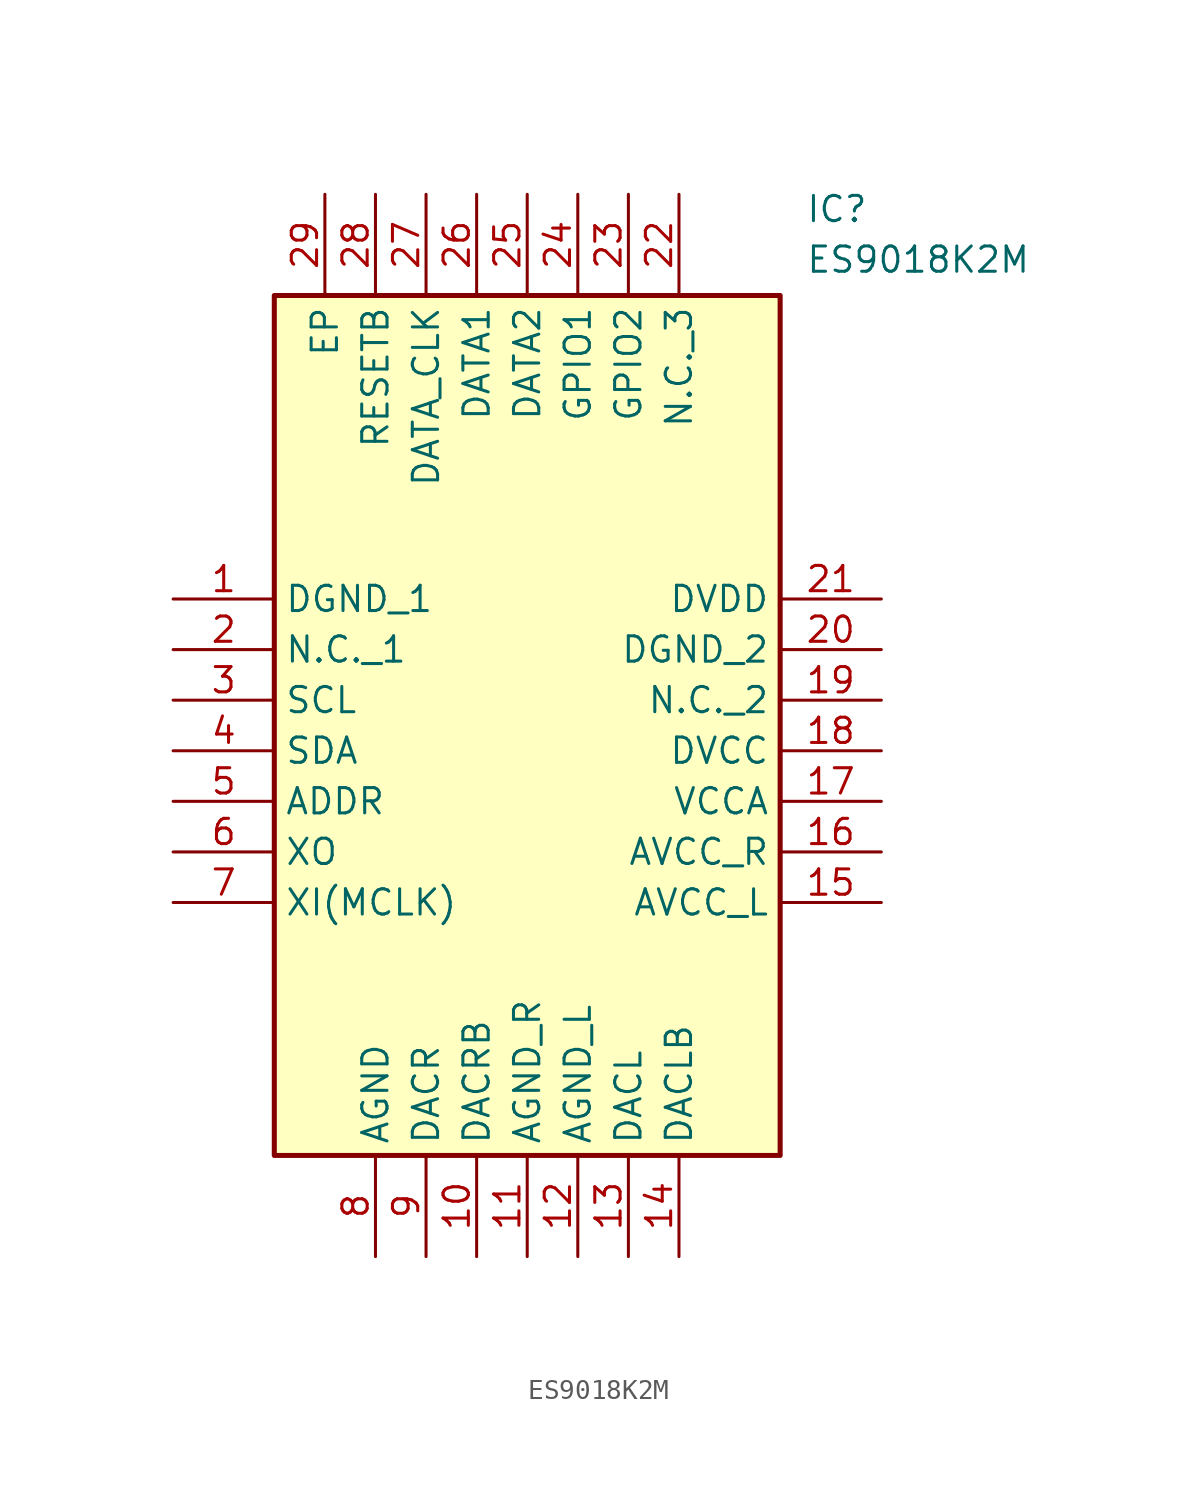
<source format=kicad_sym>
(kicad_symbol_lib
  (version 20211014)
  (generator SamacSys_ECAD_Model)
  (symbol "ES9018K2M"
    (property "Reference" "IC"
      (at 31.75 20.32 0)
      (effects (font (size 1.27 1.27)) (justify left top)))
    (property "Value" "ES9018K2M"
      (at 31.75 17.78 0)
      (effects (font (size 1.27 1.27)) (justify left top)))
    (rectangle
      (start 5.08 15.24)
      (end 30.48 -27.94)
      (stroke (width 0.254) (type default))
      (fill (type background)))
    (pin passive line
      (at 0 0 0)
      (length 5.08)
      (name "DGND_1" (effects (font (size 1.27 1.27))))
      (number "1" (effects (font (size 1.27 1.27)))))
    (pin passive line
      (at 0 -2.54 0)
      (length 5.08)
      (name "N.C._1" (effects (font (size 1.27 1.27))))
      (number "2" (effects (font (size 1.27 1.27)))))
    (pin passive line
      (at 0 -5.08 0)
      (length 5.08)
      (name "SCL" (effects (font (size 1.27 1.27))))
      (number "3" (effects (font (size 1.27 1.27)))))
    (pin passive line
      (at 0 -7.62 0)
      (length 5.08)
      (name "SDA" (effects (font (size 1.27 1.27))))
      (number "4" (effects (font (size 1.27 1.27)))))
    (pin passive line
      (at 0 -10.16 0)
      (length 5.08)
      (name "ADDR" (effects (font (size 1.27 1.27))))
      (number "5" (effects (font (size 1.27 1.27)))))
    (pin passive line
      (at 0 -12.7 0)
      (length 5.08)
      (name "XO" (effects (font (size 1.27 1.27))))
      (number "6" (effects (font (size 1.27 1.27)))))
    (pin passive line
      (at 0 -15.24 0)
      (length 5.08)
      (name "XI(MCLK)" (effects (font (size 1.27 1.27))))
      (number "7" (effects (font (size 1.27 1.27)))))
    (pin passive line
      (at 10.16 -33.02 90)
      (length 5.08)
      (name "AGND" (effects (font (size 1.27 1.27))))
      (number "8" (effects (font (size 1.27 1.27)))))
    (pin passive line
      (at 12.7 -33.02 90)
      (length 5.08)
      (name "DACR" (effects (font (size 1.27 1.27))))
      (number "9" (effects (font (size 1.27 1.27)))))
    (pin passive line
      (at 15.24 -33.02 90)
      (length 5.08)
      (name "DACRB" (effects (font (size 1.27 1.27))))
      (number "10" (effects (font (size 1.27 1.27)))))
    (pin passive line
      (at 17.78 -33.02 90)
      (length 5.08)
      (name "AGND_R" (effects (font (size 1.27 1.27))))
      (number "11" (effects (font (size 1.27 1.27)))))
    (pin passive line
      (at 20.32 -33.02 90)
      (length 5.08)
      (name "AGND_L" (effects (font (size 1.27 1.27))))
      (number "12" (effects (font (size 1.27 1.27)))))
    (pin passive line
      (at 22.86 -33.02 90)
      (length 5.08)
      (name "DACL" (effects (font (size 1.27 1.27))))
      (number "13" (effects (font (size 1.27 1.27)))))
    (pin passive line
      (at 25.4 -33.02 90)
      (length 5.08)
      (name "DACLB" (effects (font (size 1.27 1.27))))
      (number "14" (effects (font (size 1.27 1.27)))))
    (pin passive line
      (at 35.56 0 180)
      (length 5.08)
      (name "DVDD" (effects (font (size 1.27 1.27))))
      (number "21" (effects (font (size 1.27 1.27)))))
    (pin passive line
      (at 35.56 -2.54 180)
      (length 5.08)
      (name "DGND_2" (effects (font (size 1.27 1.27))))
      (number "20" (effects (font (size 1.27 1.27)))))
    (pin passive line
      (at 35.56 -5.08 180)
      (length 5.08)
      (name "N.C._2" (effects (font (size 1.27 1.27))))
      (number "19" (effects (font (size 1.27 1.27)))))
    (pin passive line
      (at 35.56 -7.62 180)
      (length 5.08)
      (name "DVCC" (effects (font (size 1.27 1.27))))
      (number "18" (effects (font (size 1.27 1.27)))))
    (pin passive line
      (at 35.56 -10.16 180)
      (length 5.08)
      (name "VCCA" (effects (font (size 1.27 1.27))))
      (number "17" (effects (font (size 1.27 1.27)))))
    (pin passive line
      (at 35.56 -12.7 180)
      (length 5.08)
      (name "AVCC_R" (effects (font (size 1.27 1.27))))
      (number "16" (effects (font (size 1.27 1.27)))))
    (pin passive line
      (at 35.56 -15.24 180)
      (length 5.08)
      (name "AVCC_L" (effects (font (size 1.27 1.27))))
      (number "15" (effects (font (size 1.27 1.27)))))
    (pin passive line
      (at 7.62 20.32 270)
      (length 5.08)
      (name "EP" (effects (font (size 1.27 1.27))))
      (number "29" (effects (font (size 1.27 1.27)))))
    (pin passive line
      (at 10.16 20.32 270)
      (length 5.08)
      (name "RESETB" (effects (font (size 1.27 1.27))))
      (number "28" (effects (font (size 1.27 1.27)))))
    (pin passive line
      (at 12.7 20.32 270)
      (length 5.08)
      (name "DATA_CLK" (effects (font (size 1.27 1.27))))
      (number "27" (effects (font (size 1.27 1.27)))))
    (pin passive line
      (at 15.24 20.32 270)
      (length 5.08)
      (name "DATA1" (effects (font (size 1.27 1.27))))
      (number "26" (effects (font (size 1.27 1.27)))))
    (pin passive line
      (at 17.78 20.32 270)
      (length 5.08)
      (name "DATA2" (effects (font (size 1.27 1.27))))
      (number "25" (effects (font (size 1.27 1.27)))))
    (pin passive line
      (at 20.32 20.32 270)
      (length 5.08)
      (name "GPIO1" (effects (font (size 1.27 1.27))))
      (number "24" (effects (font (size 1.27 1.27)))))
    (pin passive line
      (at 22.86 20.32 270)
      (length 5.08)
      (name "GPIO2" (effects (font (size 1.27 1.27))))
      (number "23" (effects (font (size 1.27 1.27)))))
    (pin passive line
      (at 25.4 20.32 270)
      (length 5.08)
      (name "N.C._3" (effects (font (size 1.27 1.27))))
      (number "22" (effects (font (size 1.27 1.27)))))))
</source>
